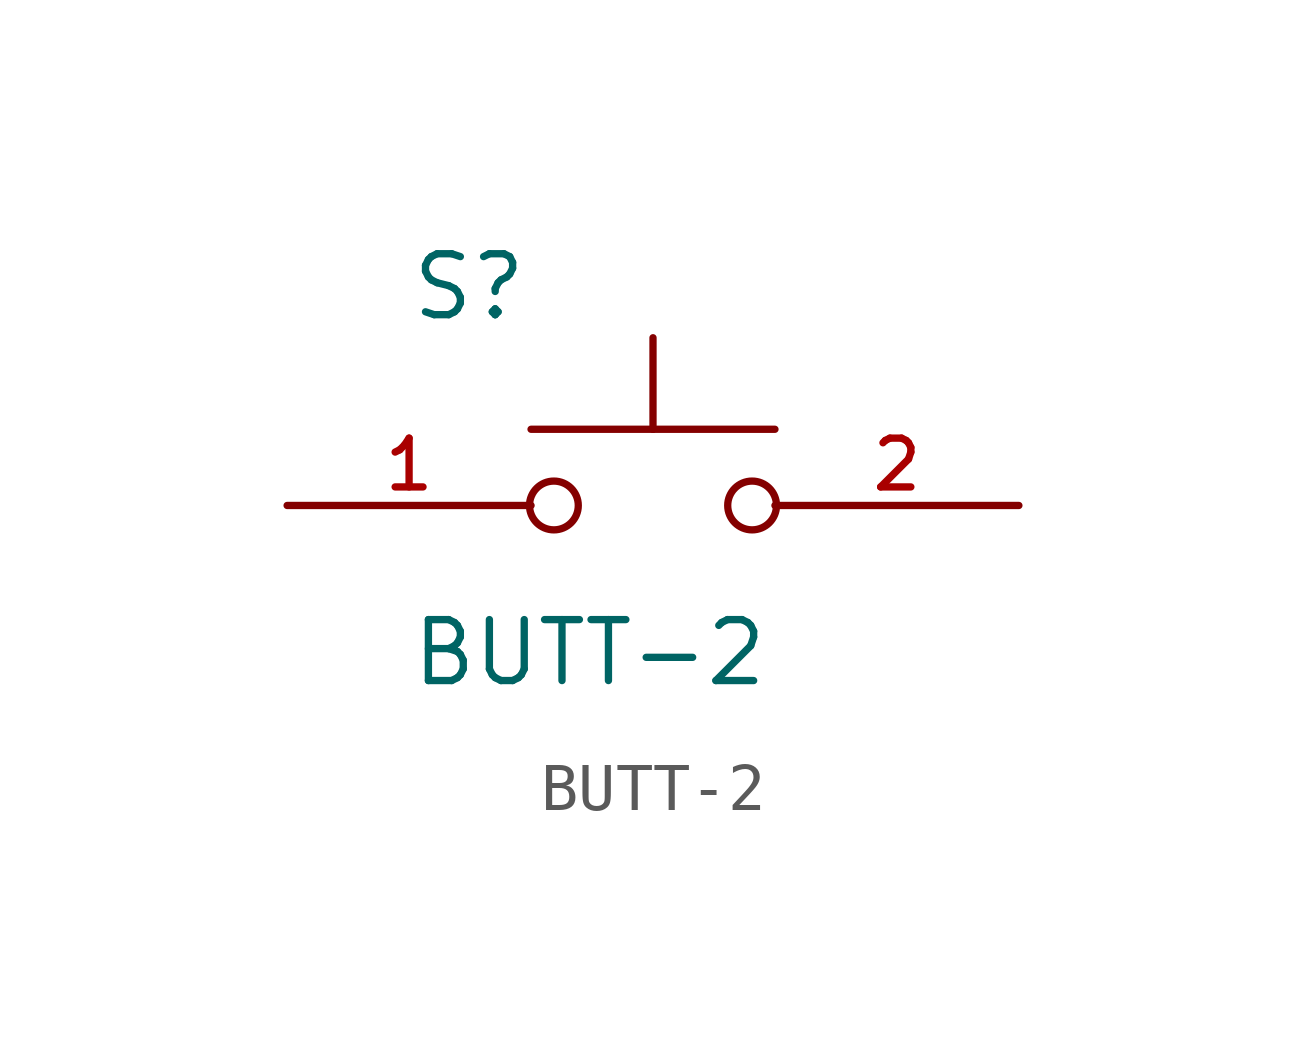
<source format=kicad_sym>
(kicad_symbol_lib
  (version 20211014)
  (generator kicad_symbol_editor)
  (symbol "BUTT-2"
    (pin_names
      (offset 1.016))
    (property "Reference" "S"
      (at -5.08 3.81 0)
      (effects (font (size 1.27 1.27)) (justify bottom left)))
    (property "Value" "BUTT-2"
      (at -5.08 -3.81 0)
      (effects (font (size 1.27 1.27)) (justify bottom left)))
    (symbol "BUTT-2_0_0"
      (circle (center 2.064 0.0) (radius 0.508) (stroke (width 0.152)) (fill (type none)))
      (circle (center -2.064 0.0) (radius 0.508) (stroke (width 0.152)) (fill (type none)))
      (polyline (pts (xy -2.54 1.587) (xy 0.0 1.587)) (stroke (width 0.152)))
      (polyline (pts (xy 0.0 1.587) (xy 2.54 1.587)) (stroke (width 0.152)))
      (polyline (pts (xy 0.0 1.587) (xy 0.0 3.493)) (stroke (width 0.152)))
      (pin passive line (at -7.62 0.0 0) (length 5.08) (name "~" (effects (font (size 1.016 1.016)))) (number "1" (effects (font (size 1.016 1.016)))))
      (pin passive line (at 7.62 0.0 180.0) (length 5.08) (name "~" (effects (font (size 1.016 1.016)))) (number "2" (effects (font (size 1.016 1.016))))))))
</source>
